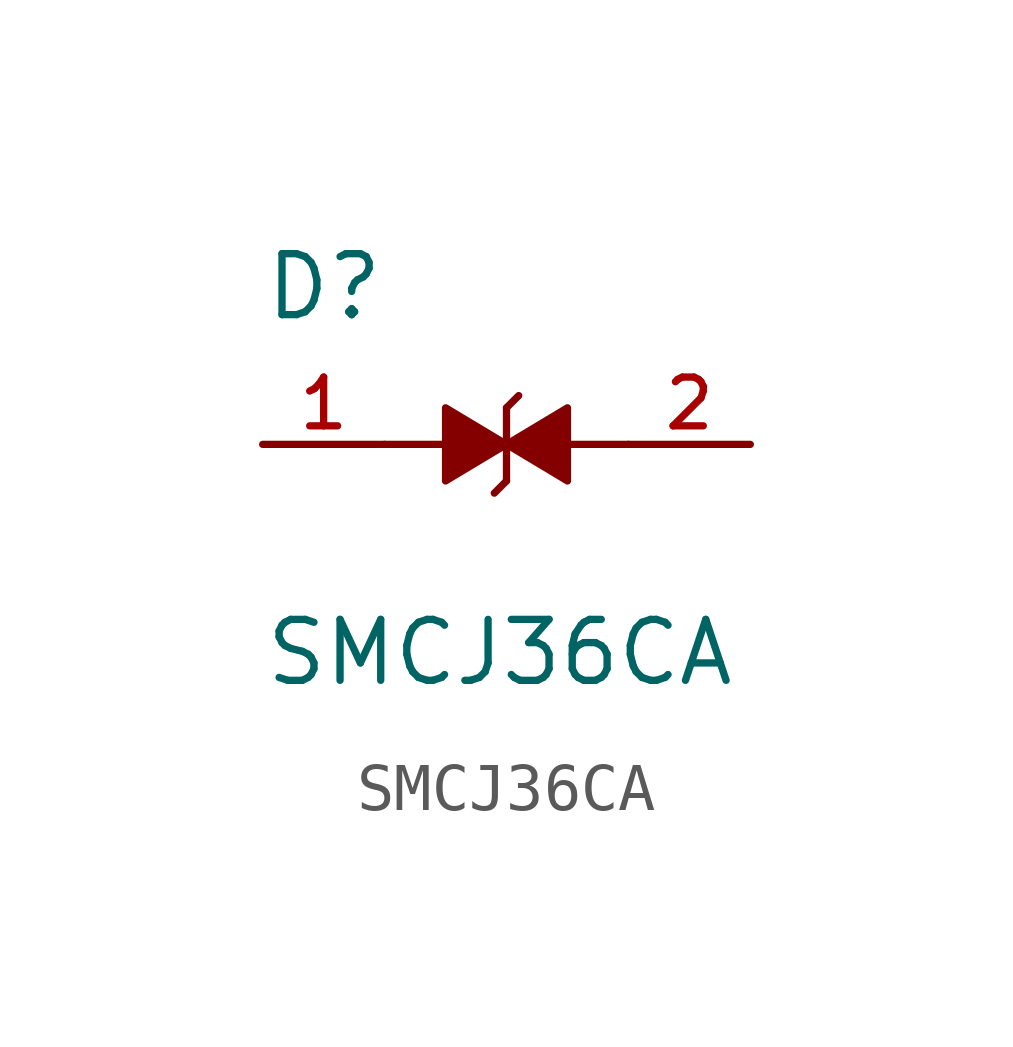
<source format=kicad_sym>
(kicad_symbol_lib
  (version 20211014)
  (generator kicad_symbol_editor)
  (symbol "SMCJ36CA"
    (pin_names
      (offset 1.016))
    (property "Reference" "D"
      (at -5.08 2.54 0)
      (effects (font (size 1.27 1.27)) (justify bottom left)))
    (property "Value" "SMCJ36CA"
      (at -5.08 -5.08 0)
      (effects (font (size 1.27 1.27)) (justify bottom left)))
    (symbol "SMCJ36CA_0_0"
      (polyline (pts (xy 0.0 0.0) (xy -1.27 -0.762) (xy -1.27 0.762) (xy 0.0 0.0)) (stroke (width 0.152)) (fill (type outline)))
      (polyline (pts (xy 0.0 -0.762) (xy 0.0 0.762)) (stroke (width 0.152)))
      (polyline (pts (xy 0.0 0.0) (xy 1.27 0.762) (xy 1.27 -0.762) (xy 0.0 0.0)) (stroke (width 0.152)) (fill (type outline)))
      (polyline (pts (xy 0.0 -0.762) (xy -0.254 -1.016)) (stroke (width 0.152)))
      (polyline (pts (xy 0.0 0.762) (xy 0.254 1.016)) (stroke (width 0.152)))
      (polyline (pts (xy 1.27 0.0) (xy 2.54 0.0)) (stroke (width 0.152)))
      (polyline (pts (xy -1.27 0.0) (xy -2.54 0.0)) (stroke (width 0.152)))
      (pin passive line (at -5.08 0.0 0) (length 2.54) (name "~" (effects (font (size 1.016 1.016)))) (number "1" (effects (font (size 1.016 1.016)))))
      (pin passive line (at 5.08 0.0 180.0) (length 2.54) (name "~" (effects (font (size 1.016 1.016)))) (number "2" (effects (font (size 1.016 1.016))))))))
</source>
